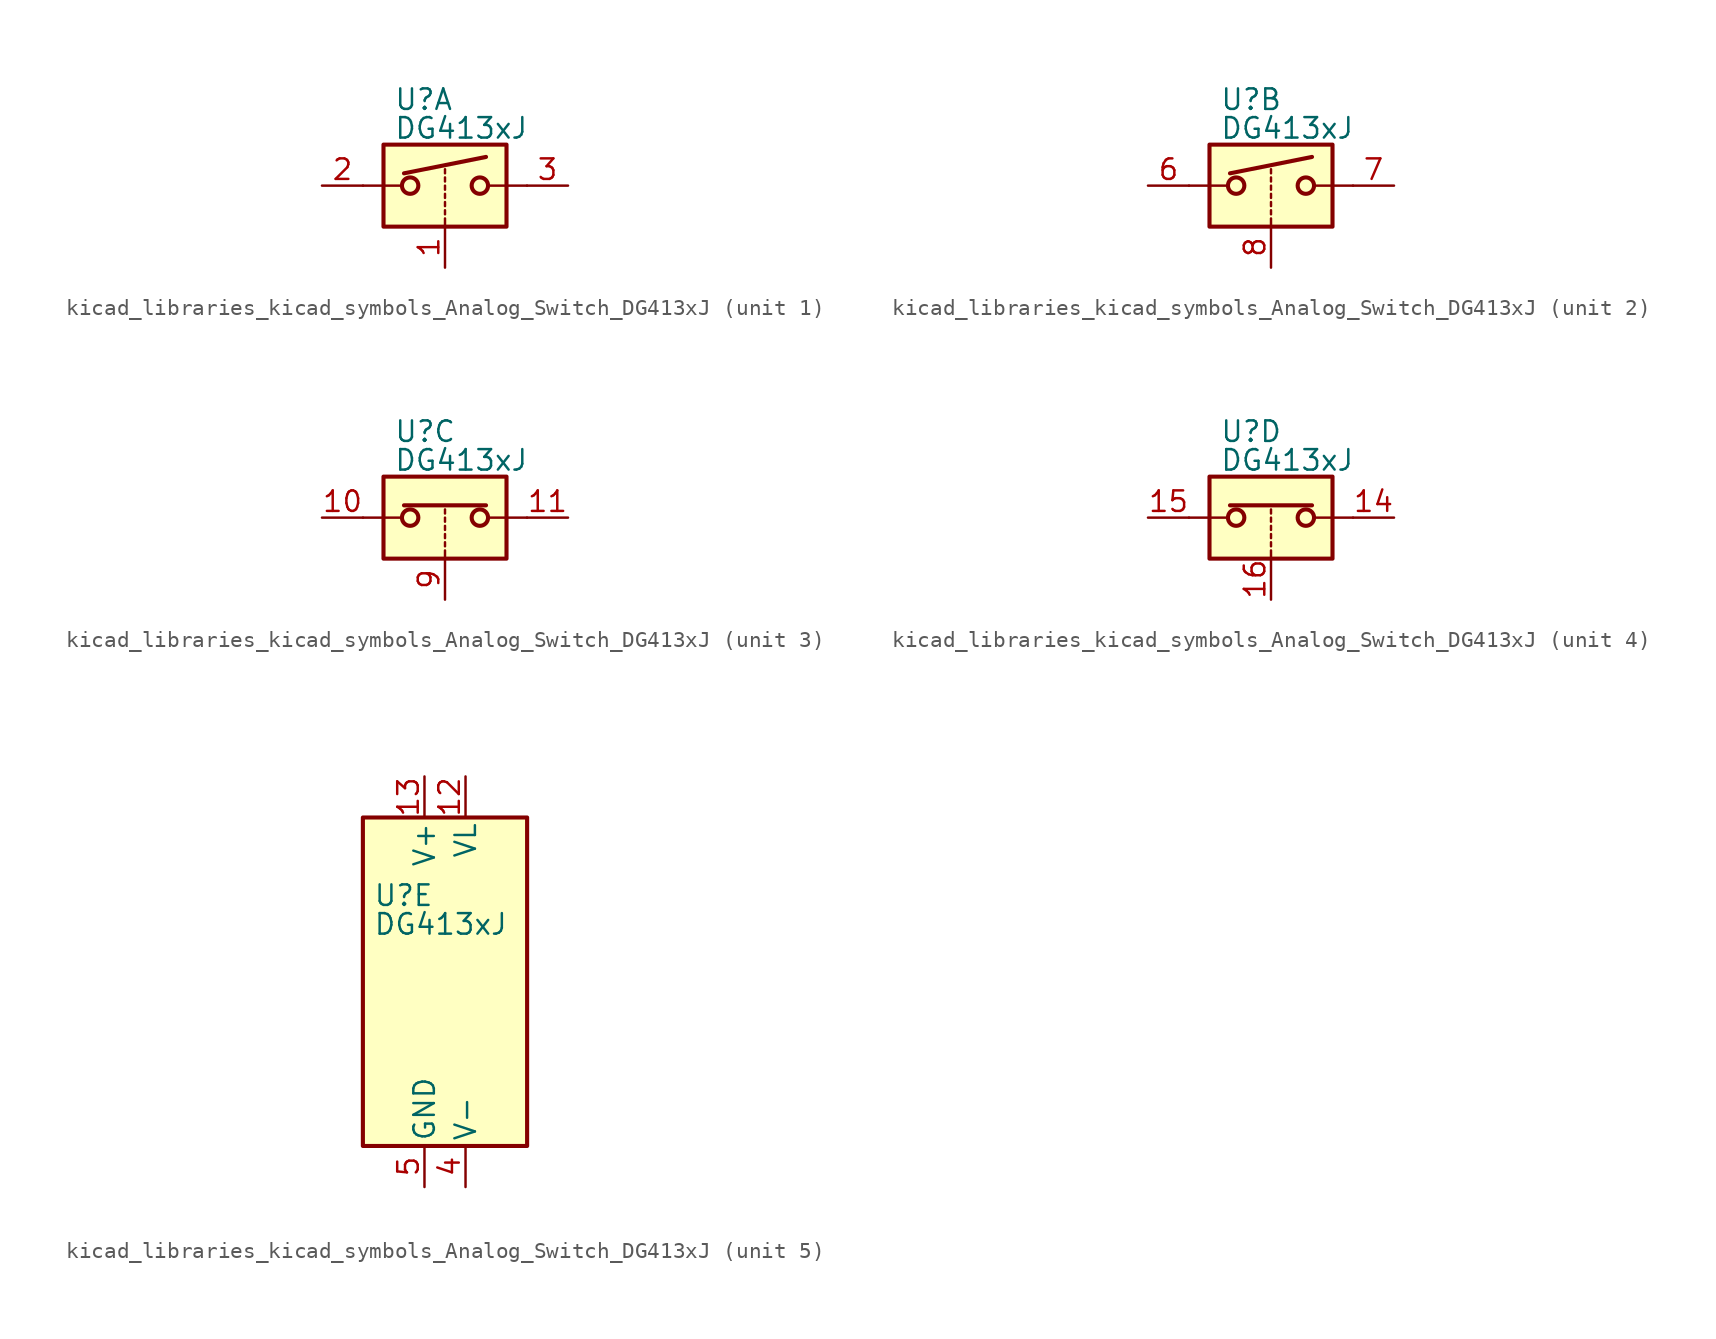
<source format=kicad_sym>
(kicad_symbol_lib
  (version 20220914)
  (generator kicad_symbol_editor)
  (symbol "kicad_libraries_kicad_symbols_Analog_Switch_DG413xJ"
    (pin_names
      (offset 0.254))
    (property "Reference" "U"
      (at -3.175 5.334 0)
      (effects (font (size 1.27 1.27)) (justify left)))
    (property "Value" "DG413xJ"
      (at -3.175 3.556 0)
      (effects (font (size 1.27 1.27)) (justify left)))
    (symbol "kicad_libraries_kicad_symbols_Analog_Switch_DG413xJ_1_1"
      (rectangle (start -3.81 2.54) (end 3.81 -2.54) (stroke (width 0.254) (type default)) (fill (type background)))
      (circle (center -2.159 0) (radius 0.508) (stroke (width 0.254) (type default)) (fill (type none)))
      (polyline (pts (xy -5.08 0) (xy -2.794 0)) (stroke (width 0) (type default)) (fill (type none)))
      (polyline (pts (xy -2.54 0.762) (xy 2.54 1.778)) (stroke (width 0.254) (type default)) (fill (type none)))
      (polyline (pts (xy 0 -2.54) (xy 0 -2.032)) (stroke (width 0) (type default)) (fill (type none)))
      (polyline (pts (xy 0 -1.778) (xy 0 -1.524)) (stroke (width 0) (type default)) (fill (type none)))
      (polyline (pts (xy 0 -1.27) (xy 0 -1.016)) (stroke (width 0) (type default)) (fill (type none)))
      (polyline (pts (xy 0 -0.762) (xy 0 -0.508)) (stroke (width 0) (type default)) (fill (type none)))
      (polyline (pts (xy 0 -0.254) (xy 0 0)) (stroke (width 0) (type default)) (fill (type none)))
      (polyline (pts (xy 0 0.254) (xy 0 0.508)) (stroke (width 0) (type default)) (fill (type none)))
      (polyline (pts (xy 0 0.762) (xy 0 1.016)) (stroke (width 0) (type default)) (fill (type none)))
      (polyline (pts (xy 5.08 0) (xy 2.794 0)) (stroke (width 0) (type default)) (fill (type none)))
      (circle (center 2.159 0) (radius 0.508) (stroke (width 0.254) (type default)) (fill (type none)))
      (pin input line (at 0 -5.08 90) (length 2.54) (name "~" (effects (font (size 1.27 1.27)))) (number "1" (effects (font (size 1.27 1.27)))))
      (pin passive line (at -7.62 0 0) (length 2.54) (name "~" (effects (font (size 1.27 1.27)))) (number "2" (effects (font (size 1.27 1.27)))))
      (pin passive line (at 7.62 0 180) (length 2.54) (name "~" (effects (font (size 1.27 1.27)))) (number "3" (effects (font (size 1.27 1.27))))))
    (symbol "kicad_libraries_kicad_symbols_Analog_Switch_DG413xJ_2_1"
      (rectangle (start -3.81 2.54) (end 3.81 -2.54) (stroke (width 0.254) (type default)) (fill (type background)))
      (circle (center -2.159 0) (radius 0.508) (stroke (width 0.254) (type default)) (fill (type none)))
      (polyline (pts (xy -5.08 0) (xy -2.794 0)) (stroke (width 0) (type default)) (fill (type none)))
      (polyline (pts (xy -2.54 0.762) (xy 2.54 1.778)) (stroke (width 0.254) (type default)) (fill (type none)))
      (polyline (pts (xy 0 -2.54) (xy 0 -2.032)) (stroke (width 0) (type default)) (fill (type none)))
      (polyline (pts (xy 0 -1.778) (xy 0 -1.524)) (stroke (width 0) (type default)) (fill (type none)))
      (polyline (pts (xy 0 -1.27) (xy 0 -1.016)) (stroke (width 0) (type default)) (fill (type none)))
      (polyline (pts (xy 0 -0.762) (xy 0 -0.508)) (stroke (width 0) (type default)) (fill (type none)))
      (polyline (pts (xy 0 -0.254) (xy 0 0)) (stroke (width 0) (type default)) (fill (type none)))
      (polyline (pts (xy 0 0.254) (xy 0 0.508)) (stroke (width 0) (type default)) (fill (type none)))
      (polyline (pts (xy 0 0.762) (xy 0 1.016)) (stroke (width 0) (type default)) (fill (type none)))
      (polyline (pts (xy 5.08 0) (xy 2.794 0)) (stroke (width 0) (type default)) (fill (type none)))
      (circle (center 2.159 0) (radius 0.508) (stroke (width 0.254) (type default)) (fill (type none)))
      (pin passive line (at -7.62 0 0) (length 2.54) (name "~" (effects (font (size 1.27 1.27)))) (number "6" (effects (font (size 1.27 1.27)))))
      (pin passive line (at 7.62 0 180) (length 2.54) (name "~" (effects (font (size 1.27 1.27)))) (number "7" (effects (font (size 1.27 1.27)))))
      (pin input line (at 0 -5.08 90) (length 2.54) (name "~" (effects (font (size 1.27 1.27)))) (number "8" (effects (font (size 1.27 1.27))))))
    (symbol "kicad_libraries_kicad_symbols_Analog_Switch_DG413xJ_3_1"
      (rectangle (start -3.81 2.54) (end 3.81 -2.54) (stroke (width 0.254) (type default)) (fill (type background)))
      (circle (center -2.159 0) (radius 0.508) (stroke (width 0.254) (type default)) (fill (type none)))
      (polyline (pts (xy -5.08 0) (xy -2.794 0)) (stroke (width 0) (type default)) (fill (type none)))
      (polyline (pts (xy -2.54 0.762) (xy 2.54 0.762)) (stroke (width 0.254) (type default)) (fill (type none)))
      (polyline (pts (xy 0 -2.54) (xy 0 -2.032)) (stroke (width 0) (type default)) (fill (type none)))
      (polyline (pts (xy 0 -1.778) (xy 0 -1.524)) (stroke (width 0) (type default)) (fill (type none)))
      (polyline (pts (xy 0 -1.27) (xy 0 -1.016)) (stroke (width 0) (type default)) (fill (type none)))
      (polyline (pts (xy 0 -0.762) (xy 0 -0.508)) (stroke (width 0) (type default)) (fill (type none)))
      (polyline (pts (xy 0 -0.254) (xy 0 0)) (stroke (width 0) (type default)) (fill (type none)))
      (polyline (pts (xy 0 0.254) (xy 0 0.508)) (stroke (width 0) (type default)) (fill (type none)))
      (polyline (pts (xy 5.08 0) (xy 2.794 0)) (stroke (width 0) (type default)) (fill (type none)))
      (circle (center 2.159 0) (radius 0.508) (stroke (width 0.254) (type default)) (fill (type none)))
      (pin passive line (at -7.62 0 0) (length 2.54) (name "~" (effects (font (size 1.27 1.27)))) (number "10" (effects (font (size 1.27 1.27)))))
      (pin passive line (at 7.62 0 180) (length 2.54) (name "~" (effects (font (size 1.27 1.27)))) (number "11" (effects (font (size 1.27 1.27)))))
      (pin input line (at 0 -5.08 90) (length 2.54) (name "~" (effects (font (size 1.27 1.27)))) (number "9" (effects (font (size 1.27 1.27))))))
    (symbol "kicad_libraries_kicad_symbols_Analog_Switch_DG413xJ_4_1"
      (rectangle (start -3.81 2.54) (end 3.81 -2.54) (stroke (width 0.254) (type default)) (fill (type background)))
      (circle (center -2.159 0) (radius 0.508) (stroke (width 0.254) (type default)) (fill (type none)))
      (polyline (pts (xy -5.08 0) (xy -2.794 0)) (stroke (width 0) (type default)) (fill (type none)))
      (polyline (pts (xy -2.54 0.762) (xy 2.54 0.762)) (stroke (width 0.254) (type default)) (fill (type none)))
      (polyline (pts (xy 0 -2.54) (xy 0 -2.032)) (stroke (width 0) (type default)) (fill (type none)))
      (polyline (pts (xy 0 -1.778) (xy 0 -1.524)) (stroke (width 0) (type default)) (fill (type none)))
      (polyline (pts (xy 0 -1.27) (xy 0 -1.016)) (stroke (width 0) (type default)) (fill (type none)))
      (polyline (pts (xy 0 -0.762) (xy 0 -0.508)) (stroke (width 0) (type default)) (fill (type none)))
      (polyline (pts (xy 0 -0.254) (xy 0 0)) (stroke (width 0) (type default)) (fill (type none)))
      (polyline (pts (xy 0 0.254) (xy 0 0.508)) (stroke (width 0) (type default)) (fill (type none)))
      (polyline (pts (xy 5.08 0) (xy 2.794 0)) (stroke (width 0) (type default)) (fill (type none)))
      (circle (center 2.159 0) (radius 0.508) (stroke (width 0.254) (type default)) (fill (type none)))
      (pin passive line (at 7.62 0 180) (length 2.54) (name "~" (effects (font (size 1.27 1.27)))) (number "14" (effects (font (size 1.27 1.27)))))
      (pin passive line (at -7.62 0 0) (length 2.54) (name "~" (effects (font (size 1.27 1.27)))) (number "15" (effects (font (size 1.27 1.27)))))
      (pin input line (at 0 -5.08 90) (length 2.54) (name "~" (effects (font (size 1.27 1.27)))) (number "16" (effects (font (size 1.27 1.27))))))
    (symbol "kicad_libraries_kicad_symbols_Analog_Switch_DG413xJ_5_0"
      (pin power_in line (at 2.54 12.7 270) (length 2.54) (name "VL" (effects (font (size 1.27 1.27)))) (number "12" (effects (font (size 1.27 1.27)))))
      (pin power_in line (at 0 12.7 270) (length 2.54) (name "V+" (effects (font (size 1.27 1.27)))) (number "13" (effects (font (size 1.27 1.27)))))
      (pin power_in line (at 2.54 -12.7 90) (length 2.54) (name "V-" (effects (font (size 1.27 1.27)))) (number "4" (effects (font (size 1.27 1.27)))))
      (pin power_in line (at 0 -12.7 90) (length 2.54) (name "GND" (effects (font (size 1.27 1.27)))) (number "5" (effects (font (size 1.27 1.27))))))
    (symbol "kicad_libraries_kicad_symbols_Analog_Switch_DG413xJ_5_1"
      (rectangle (start -3.81 10.16) (end 6.35 -10.16) (stroke (width 0.254) (type default)) (fill (type background))))))
</source>
